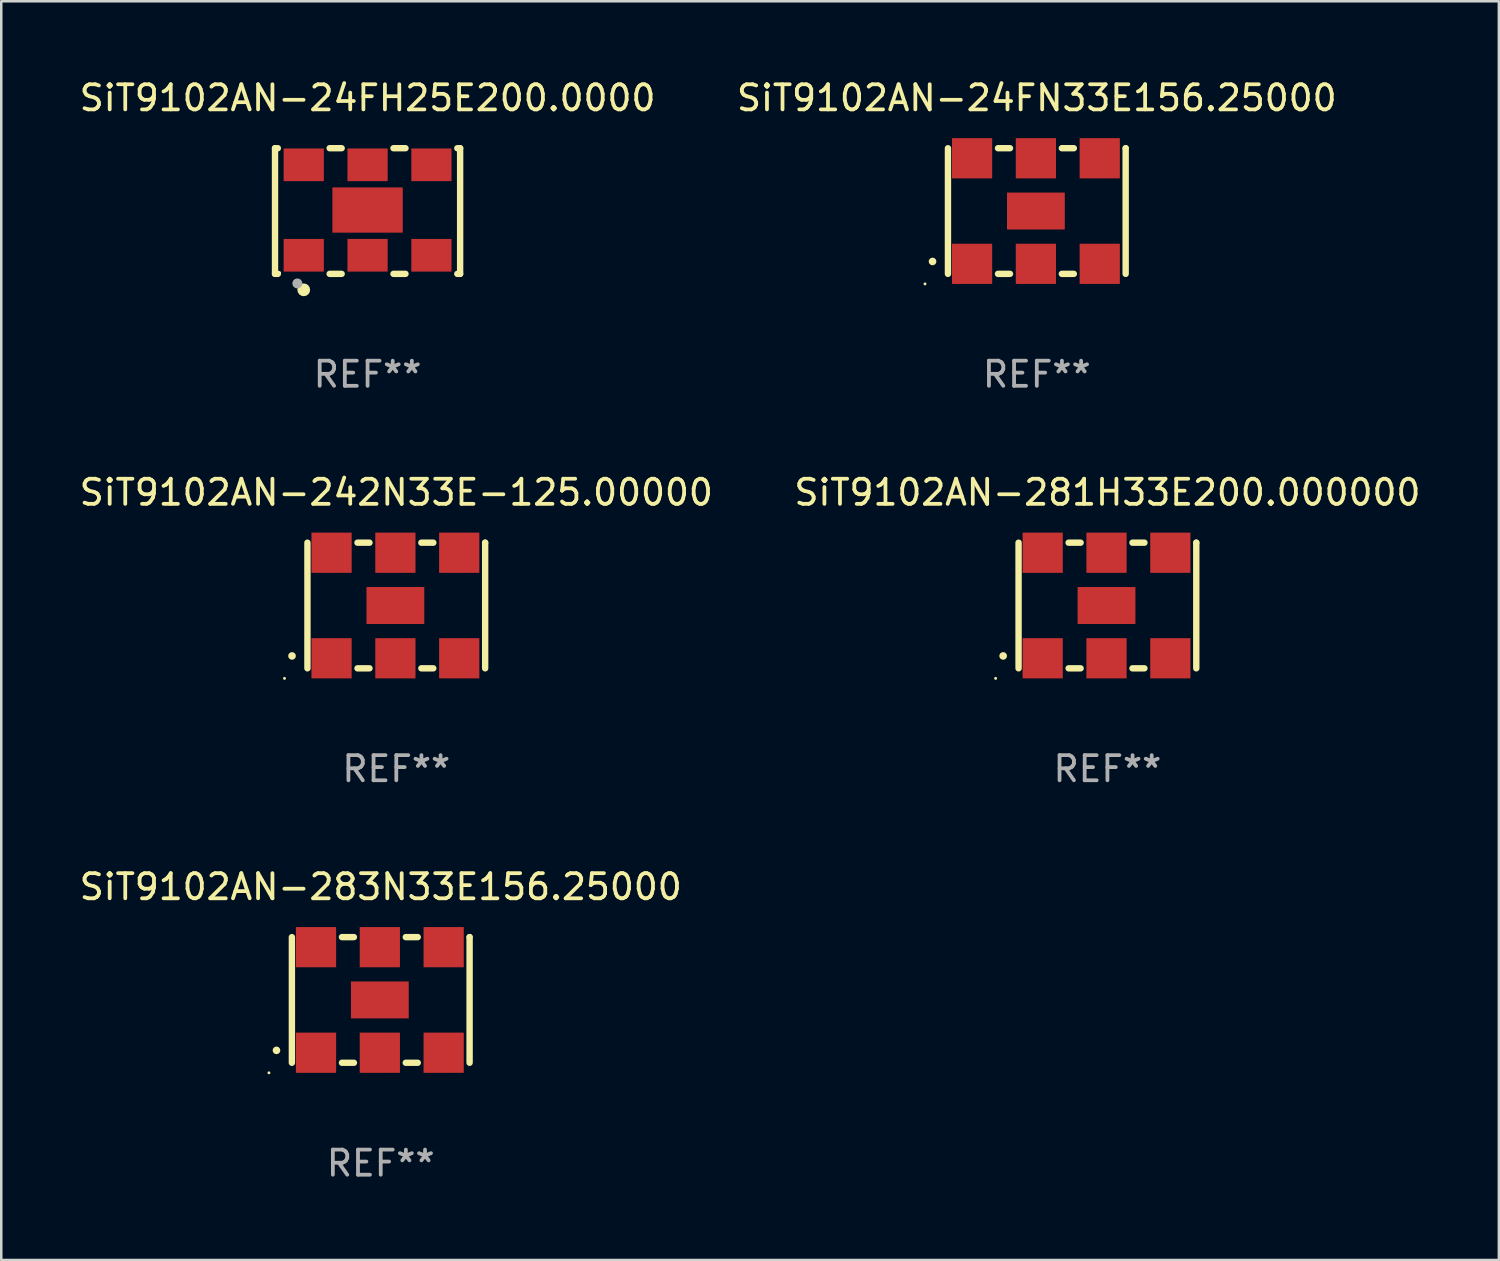
<source format=kicad_pcb>
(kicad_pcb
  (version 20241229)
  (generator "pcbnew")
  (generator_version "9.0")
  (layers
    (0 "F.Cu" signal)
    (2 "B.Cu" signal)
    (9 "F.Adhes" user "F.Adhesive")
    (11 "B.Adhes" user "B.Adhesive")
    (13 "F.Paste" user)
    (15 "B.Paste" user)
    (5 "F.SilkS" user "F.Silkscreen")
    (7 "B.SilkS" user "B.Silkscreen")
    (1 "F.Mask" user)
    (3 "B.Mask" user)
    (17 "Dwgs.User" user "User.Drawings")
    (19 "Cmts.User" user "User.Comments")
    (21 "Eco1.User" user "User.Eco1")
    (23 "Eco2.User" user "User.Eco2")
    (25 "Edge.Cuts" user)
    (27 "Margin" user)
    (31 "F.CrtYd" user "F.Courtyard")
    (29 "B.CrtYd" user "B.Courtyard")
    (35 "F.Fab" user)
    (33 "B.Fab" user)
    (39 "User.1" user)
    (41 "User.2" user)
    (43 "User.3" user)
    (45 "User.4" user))
  (footprint "SiT9102AN-24FN33E156.25000"
    (layer "F.Cu")
    (at 38.208 5.348)
    (property "Reference" "SiT9102AN-24FN33E156.25000" (at 0 -4.5 0) (layer "F.SilkS") (effects (font (size 1 1) (thickness 0.15))))
    (attr through_hole)
    (fp_line (start -3.536 -2.5) (end -3.536 2.5) (stroke (width 0.254) (type solid)) (layer "F.SilkS"))
    (fp_line (start -1.544 2.5) (end -1.067 2.5) (stroke (width 0.254) (type solid)) (layer "F.SilkS"))
    (fp_line (start -1.067 -2.5) (end -1.544 -2.5) (stroke (width 0.254) (type solid)) (layer "F.SilkS"))
    (fp_line (start 0.996 2.5) (end 1.473 2.5) (stroke (width 0.254) (type solid)) (layer "F.SilkS"))
    (fp_line (start 1.473 -2.5) (end 0.996 -2.5) (stroke (width 0.254) (type solid)) (layer "F.SilkS"))
    (fp_line (start 3.536 -2.5) (end 3.536 -2.5) (stroke (width 0.254) (type solid)) (layer "F.SilkS"))
    (fp_line (start 3.536 2.5) (end 3.536 -2.5) (stroke (width 0.254) (type solid)) (layer "F.SilkS"))
    (fp_arc (start -4.150432 2.006604) (mid -4.149162 2.006599) (end -4.147892 2.006604) (stroke (width 0.3) (type solid)) (layer "F.SilkS"))
    (fp_circle (center -4.449 2.9) (end -4.419 2.9) (stroke (width 0.06) (type solid)) (fill no) (layer "F.SilkS"))
    (fp_text user "REF**" (at 0 6.5 0) (layer "F.Fab") (effects (font (size 1 1) (thickness 0.15))))
    (pad "1" smd rect (at -2.576 2.1) (size 1.6 1.6) (layers "F.Cu" "F.Mask" "F.Paste"))
    (pad "2" smd rect (at -0.036 2.1) (size 1.6 1.6) (layers "F.Cu" "F.Mask" "F.Paste"))
    (pad "3" smd rect (at 2.504 2.1) (size 1.6 1.6) (layers "F.Cu" "F.Mask" "F.Paste"))
    (pad "4" smd rect (at 2.504 -2.1) (size 1.6 1.6) (layers "F.Cu" "F.Mask" "F.Paste"))
    (pad "5" smd rect (at -0.036 -2.1) (size 1.6 1.6) (layers "F.Cu" "F.Mask" "F.Paste"))
    (pad "6" smd rect (at -2.576 -2.1) (size 1.6 1.6) (layers "F.Cu" "F.Mask" "F.Paste"))
    (pad "7" smd rect (at -0.036 0) (size 2.3 1.47) (layers "F.Cu" "F.Mask" "F.Paste")))
  (footprint "SiT9102AN-24FH25E200.0000"
    (layer "F.Cu")
    (at 11.577 5.348)
    (property "Reference" "SiT9102AN-24FH25E200.0000" (at 0 -4.5 0) (layer "F.SilkS") (effects (font (size 1 1) (thickness 0.15))))
    (attr through_hole)
    (fp_line (start -3.683 -2.5) (end -3.571 -2.5) (stroke (width 0.254) (type solid)) (layer "F.SilkS"))
    (fp_line (start -3.683 2.5) (end -3.683 -2.5) (stroke (width 0.254) (type solid)) (layer "F.SilkS"))
    (fp_line (start -3.683 2.5) (end -3.571 2.5) (stroke (width 0.254) (type solid)) (layer "F.SilkS"))
    (fp_line (start -1.509 -2.5) (end -1.031 -2.5) (stroke (width 0.254) (type solid)) (layer "F.SilkS"))
    (fp_line (start -1.509 2.5) (end -1.031 2.5) (stroke (width 0.254) (type solid)) (layer "F.SilkS"))
    (fp_line (start 1.031 -2.5) (end 1.509 -2.5) (stroke (width 0.254) (type solid)) (layer "F.SilkS"))
    (fp_line (start 1.031 2.5) (end 1.509 2.5) (stroke (width 0.254) (type solid)) (layer "F.SilkS"))
    (fp_line (start 3.571 -2.5) (end 3.683 -2.5) (stroke (width 0.254) (type solid)) (layer "F.SilkS"))
    (fp_line (start 3.571 2.5) (end 3.683 2.5) (stroke (width 0.254) (type solid)) (layer "F.SilkS"))
    (fp_line (start 3.683 2.5) (end 3.683 -2.5) (stroke (width 0.254) (type solid)) (layer "F.SilkS"))
    (fp_circle (center -3.5 2.46) (end -3.47 2.46) (stroke (width 0.06) (type solid)) (fill no) (layer "F.SilkS"))
    (fp_circle (center -2.54 3.135) (end -2.413 3.135) (stroke (width 0.254) (type solid)) (fill no) (layer "F.SilkS"))
    (fp_circle (center -2.794 2.881) (end -2.694 2.881) (stroke (width 0.2) (type solid)) (fill no) (layer "F.Fab"))
    (fp_text user "REF**" (at 0 6.5 0) (layer "F.Fab") (effects (font (size 1 1) (thickness 0.15))))
    (pad "1" smd rect (at -2.54 1.76) (size 1.6 1.3) (layers "F.Cu" "F.Mask" "F.Paste"))
    (pad "2" smd rect (at 0 1.76) (size 1.6 1.3) (layers "F.Cu" "F.Mask" "F.Paste"))
    (pad "3" smd rect (at 2.54 1.76) (size 1.6 1.3) (layers "F.Cu" "F.Mask" "F.Paste"))
    (pad "4" smd rect (at 2.54 -1.84) (size 1.6 1.3) (layers "F.Cu" "F.Mask" "F.Paste"))
    (pad "5" smd rect (at 0 -1.84) (size 1.6 1.3) (layers "F.Cu" "F.Mask" "F.Paste"))
    (pad "6" smd rect (at -2.54 -1.84) (size 1.6 1.3) (layers "F.Cu" "F.Mask" "F.Paste"))
    (pad "7" smd rect (at 0 -0.04) (size 2.8 1.8) (layers "F.Cu" "F.Mask" "F.Paste")))
  (footprint "SiT9102AN-283N33E156.25000"
    (layer "F.Cu")
    (at 12.101 36.741)
    (property "Reference" "SiT9102AN-283N33E156.25000" (at 0 -4.5 0) (layer "F.SilkS") (effects (font (size 1 1) (thickness 0.15))))
    (attr through_hole)
    (fp_line (start -3.536 -2.5) (end -3.536 2.5) (stroke (width 0.254) (type solid)) (layer "F.SilkS"))
    (fp_line (start -1.544 2.5) (end -1.067 2.5) (stroke (width 0.254) (type solid)) (layer "F.SilkS"))
    (fp_line (start -1.067 -2.5) (end -1.544 -2.5) (stroke (width 0.254) (type solid)) (layer "F.SilkS"))
    (fp_line (start 0.996 2.5) (end 1.473 2.5) (stroke (width 0.254) (type solid)) (layer "F.SilkS"))
    (fp_line (start 1.473 -2.5) (end 0.996 -2.5) (stroke (width 0.254) (type solid)) (layer "F.SilkS"))
    (fp_line (start 3.536 -2.5) (end 3.536 -2.5) (stroke (width 0.254) (type solid)) (layer "F.SilkS"))
    (fp_line (start 3.536 2.5) (end 3.536 -2.5) (stroke (width 0.254) (type solid)) (layer "F.SilkS"))
    (fp_arc (start -4.150432 2.006604) (mid -4.149162 2.006599) (end -4.147892 2.006604) (stroke (width 0.3) (type solid)) (layer "F.SilkS"))
    (fp_circle (center -4.449 2.9) (end -4.419 2.9) (stroke (width 0.06) (type solid)) (fill no) (layer "F.SilkS"))
    (fp_text user "REF**" (at 0 6.5 0) (layer "F.Fab") (effects (font (size 1 1) (thickness 0.15))))
    (pad "1" smd rect (at -2.576 2.1) (size 1.6 1.6) (layers "F.Cu" "F.Mask" "F.Paste"))
    (pad "2" smd rect (at -0.036 2.1) (size 1.6 1.6) (layers "F.Cu" "F.Mask" "F.Paste"))
    (pad "3" smd rect (at 2.504 2.1) (size 1.6 1.6) (layers "F.Cu" "F.Mask" "F.Paste"))
    (pad "4" smd rect (at 2.504 -2.1) (size 1.6 1.6) (layers "F.Cu" "F.Mask" "F.Paste"))
    (pad "5" smd rect (at -0.036 -2.1) (size 1.6 1.6) (layers "F.Cu" "F.Mask" "F.Paste"))
    (pad "6" smd rect (at -2.576 -2.1) (size 1.6 1.6) (layers "F.Cu" "F.Mask" "F.Paste"))
    (pad "7" smd rect (at -0.036 0) (size 2.3 1.47) (layers "F.Cu" "F.Mask" "F.Paste")))
  (footprint "SiT9102AN-242N33E-125.00000"
    (layer "F.Cu")
    (at 12.72 21.045)
    (property "Reference" "SiT9102AN-242N33E-125.00000" (at 0 -4.5 0) (layer "F.SilkS") (effects (font (size 1 1) (thickness 0.15))))
    (attr through_hole)
    (fp_line (start -3.536 -2.5) (end -3.536 2.5) (stroke (width 0.254) (type solid)) (layer "F.SilkS"))
    (fp_line (start -1.544 2.5) (end -1.067 2.5) (stroke (width 0.254) (type solid)) (layer "F.SilkS"))
    (fp_line (start -1.067 -2.5) (end -1.544 -2.5) (stroke (width 0.254) (type solid)) (layer "F.SilkS"))
    (fp_line (start 0.996 2.5) (end 1.473 2.5) (stroke (width 0.254) (type solid)) (layer "F.SilkS"))
    (fp_line (start 1.473 -2.5) (end 0.996 -2.5) (stroke (width 0.254) (type solid)) (layer "F.SilkS"))
    (fp_line (start 3.536 -2.5) (end 3.536 -2.5) (stroke (width 0.254) (type solid)) (layer "F.SilkS"))
    (fp_line (start 3.536 2.5) (end 3.536 -2.5) (stroke (width 0.254) (type solid)) (layer "F.SilkS"))
    (fp_arc (start -4.150432 2.006604) (mid -4.149162 2.006599) (end -4.147892 2.006604) (stroke (width 0.3) (type solid)) (layer "F.SilkS"))
    (fp_circle (center -4.449 2.9) (end -4.419 2.9) (stroke (width 0.06) (type solid)) (fill no) (layer "F.SilkS"))
    (fp_text user "REF**" (at 0 6.5 0) (layer "F.Fab") (effects (font (size 1 1) (thickness 0.15))))
    (pad "1" smd rect (at -2.576 2.1) (size 1.6 1.6) (layers "F.Cu" "F.Mask" "F.Paste"))
    (pad "2" smd rect (at -0.036 2.1) (size 1.6 1.6) (layers "F.Cu" "F.Mask" "F.Paste"))
    (pad "3" smd rect (at 2.504 2.1) (size 1.6 1.6) (layers "F.Cu" "F.Mask" "F.Paste"))
    (pad "4" smd rect (at 2.504 -2.1) (size 1.6 1.6) (layers "F.Cu" "F.Mask" "F.Paste"))
    (pad "5" smd rect (at -0.036 -2.1) (size 1.6 1.6) (layers "F.Cu" "F.Mask" "F.Paste"))
    (pad "6" smd rect (at -2.576 -2.1) (size 1.6 1.6) (layers "F.Cu" "F.Mask" "F.Paste"))
    (pad "7" smd rect (at -0.036 0) (size 2.3 1.47) (layers "F.Cu" "F.Mask" "F.Paste")))
  (footprint "SiT9102AN-281H33E200.000000"
    (layer "F.Cu")
    (at 41.018 21.045)
    (property "Reference" "SiT9102AN-281H33E200.000000" (at 0 -4.5 0) (layer "F.SilkS") (effects (font (size 1 1) (thickness 0.15))))
    (attr through_hole)
    (fp_line (start -3.536 -2.5) (end -3.536 2.5) (stroke (width 0.254) (type solid)) (layer "F.SilkS"))
    (fp_line (start -1.544 2.5) (end -1.067 2.5) (stroke (width 0.254) (type solid)) (layer "F.SilkS"))
    (fp_line (start -1.067 -2.5) (end -1.544 -2.5) (stroke (width 0.254) (type solid)) (layer "F.SilkS"))
    (fp_line (start 0.996 2.5) (end 1.473 2.5) (stroke (width 0.254) (type solid)) (layer "F.SilkS"))
    (fp_line (start 1.473 -2.5) (end 0.996 -2.5) (stroke (width 0.254) (type solid)) (layer "F.SilkS"))
    (fp_line (start 3.536 -2.5) (end 3.536 -2.5) (stroke (width 0.254) (type solid)) (layer "F.SilkS"))
    (fp_line (start 3.536 2.5) (end 3.536 -2.5) (stroke (width 0.254) (type solid)) (layer "F.SilkS"))
    (fp_arc (start -4.150432 2.006604) (mid -4.149162 2.006599) (end -4.147892 2.006604) (stroke (width 0.3) (type solid)) (layer "F.SilkS"))
    (fp_circle (center -4.449 2.9) (end -4.419 2.9) (stroke (width 0.06) (type solid)) (fill no) (layer "F.SilkS"))
    (fp_text user "REF**" (at 0 6.5 0) (layer "F.Fab") (effects (font (size 1 1) (thickness 0.15))))
    (pad "1" smd rect (at -2.576 2.1) (size 1.6 1.6) (layers "F.Cu" "F.Mask" "F.Paste"))
    (pad "2" smd rect (at -0.036 2.1) (size 1.6 1.6) (layers "F.Cu" "F.Mask" "F.Paste"))
    (pad "3" smd rect (at 2.504 2.1) (size 1.6 1.6) (layers "F.Cu" "F.Mask" "F.Paste"))
    (pad "4" smd rect (at 2.504 -2.1) (size 1.6 1.6) (layers "F.Cu" "F.Mask" "F.Paste"))
    (pad "5" smd rect (at -0.036 -2.1) (size 1.6 1.6) (layers "F.Cu" "F.Mask" "F.Paste"))
    (pad "6" smd rect (at -2.576 -2.1) (size 1.6 1.6) (layers "F.Cu" "F.Mask" "F.Paste"))
    (pad "7" smd rect (at -0.036 0) (size 2.3 1.47) (layers "F.Cu" "F.Mask" "F.Paste")))
  (gr_rect
    (start -3 -3)
    (end 56.595 47.09)
    (stroke (width 0.1) (type default))
    (fill no)
    (layer "Edge.Cuts")))
</source>
